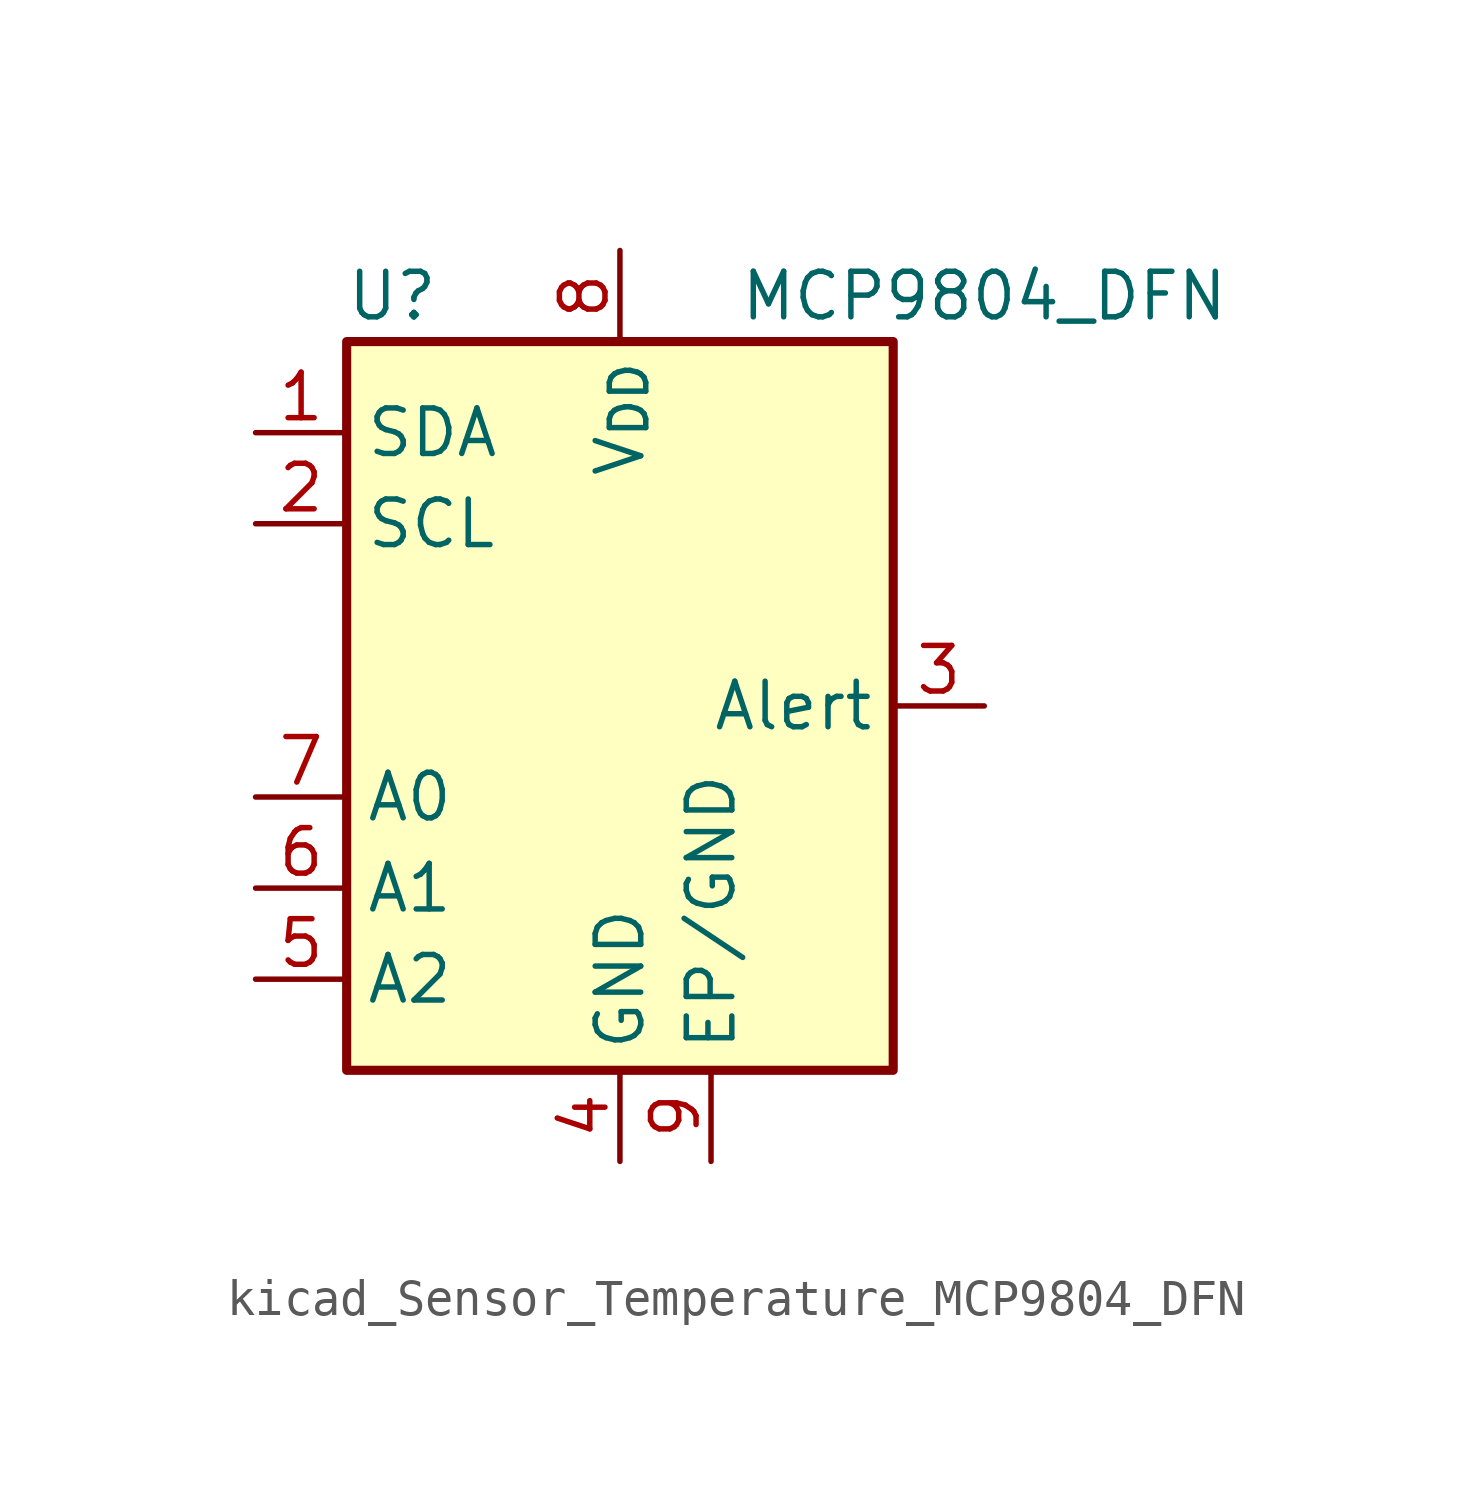
<source format=kicad_sym>
(kicad_symbol_lib
  (version 20220914)
  (generator kicad_symbol_editor)
  (symbol "kicad_Sensor_Temperature_MCP9804_DFN"
    (property "Reference" "U"
      (at -6.35 11.43 0)
      (effects (font (size 1.27 1.27))))
    (property "Value" "MCP9804_DFN"
      (at 10.16 11.43 0)
      (effects (font (size 1.27 1.27))))
    (symbol "kicad_Sensor_Temperature_MCP9804_DFN_0_1"
      (rectangle (start -7.62 10.16) (end 7.62 -10.16) (stroke (width 0.254) (type default)) (fill (type background))))
    (symbol "kicad_Sensor_Temperature_MCP9804_DFN_1_1"
      (pin bidirectional line (at -10.16 7.62 0) (length 2.54) (name "SDA" (effects (font (size 1.27 1.27)))) (number "1" (effects (font (size 1.27 1.27)))))
      (pin input line (at -10.16 5.08 0) (length 2.54) (name "SCL" (effects (font (size 1.27 1.27)))) (number "2" (effects (font (size 1.27 1.27)))))
      (pin output line (at 10.16 0 180) (length 2.54) (name "Alert" (effects (font (size 1.27 1.27)))) (number "3" (effects (font (size 1.27 1.27)))))
      (pin power_in line (at 0 -12.7 90) (length 2.54) (name "GND" (effects (font (size 1.27 1.27)))) (number "4" (effects (font (size 1.27 1.27)))))
      (pin input line (at -10.16 -7.62 0) (length 2.54) (name "A2" (effects (font (size 1.27 1.27)))) (number "5" (effects (font (size 1.27 1.27)))))
      (pin input line (at -10.16 -5.08 0) (length 2.54) (name "A1" (effects (font (size 1.27 1.27)))) (number "6" (effects (font (size 1.27 1.27)))))
      (pin input line (at -10.16 -2.54 0) (length 2.54) (name "A0" (effects (font (size 1.27 1.27)))) (number "7" (effects (font (size 1.27 1.27)))))
      (pin power_in line (at 0 12.7 270) (length 2.54) (name "V_{DD}" (effects (font (size 1.27 1.27)))) (number "8" (effects (font (size 1.27 1.27)))))
      (pin power_in line (at 2.54 -12.7 90) (length 2.54) (name "EP/GND" (effects (font (size 1.27 1.27)))) (number "9" (effects (font (size 1.27 1.27))))))))
</source>
